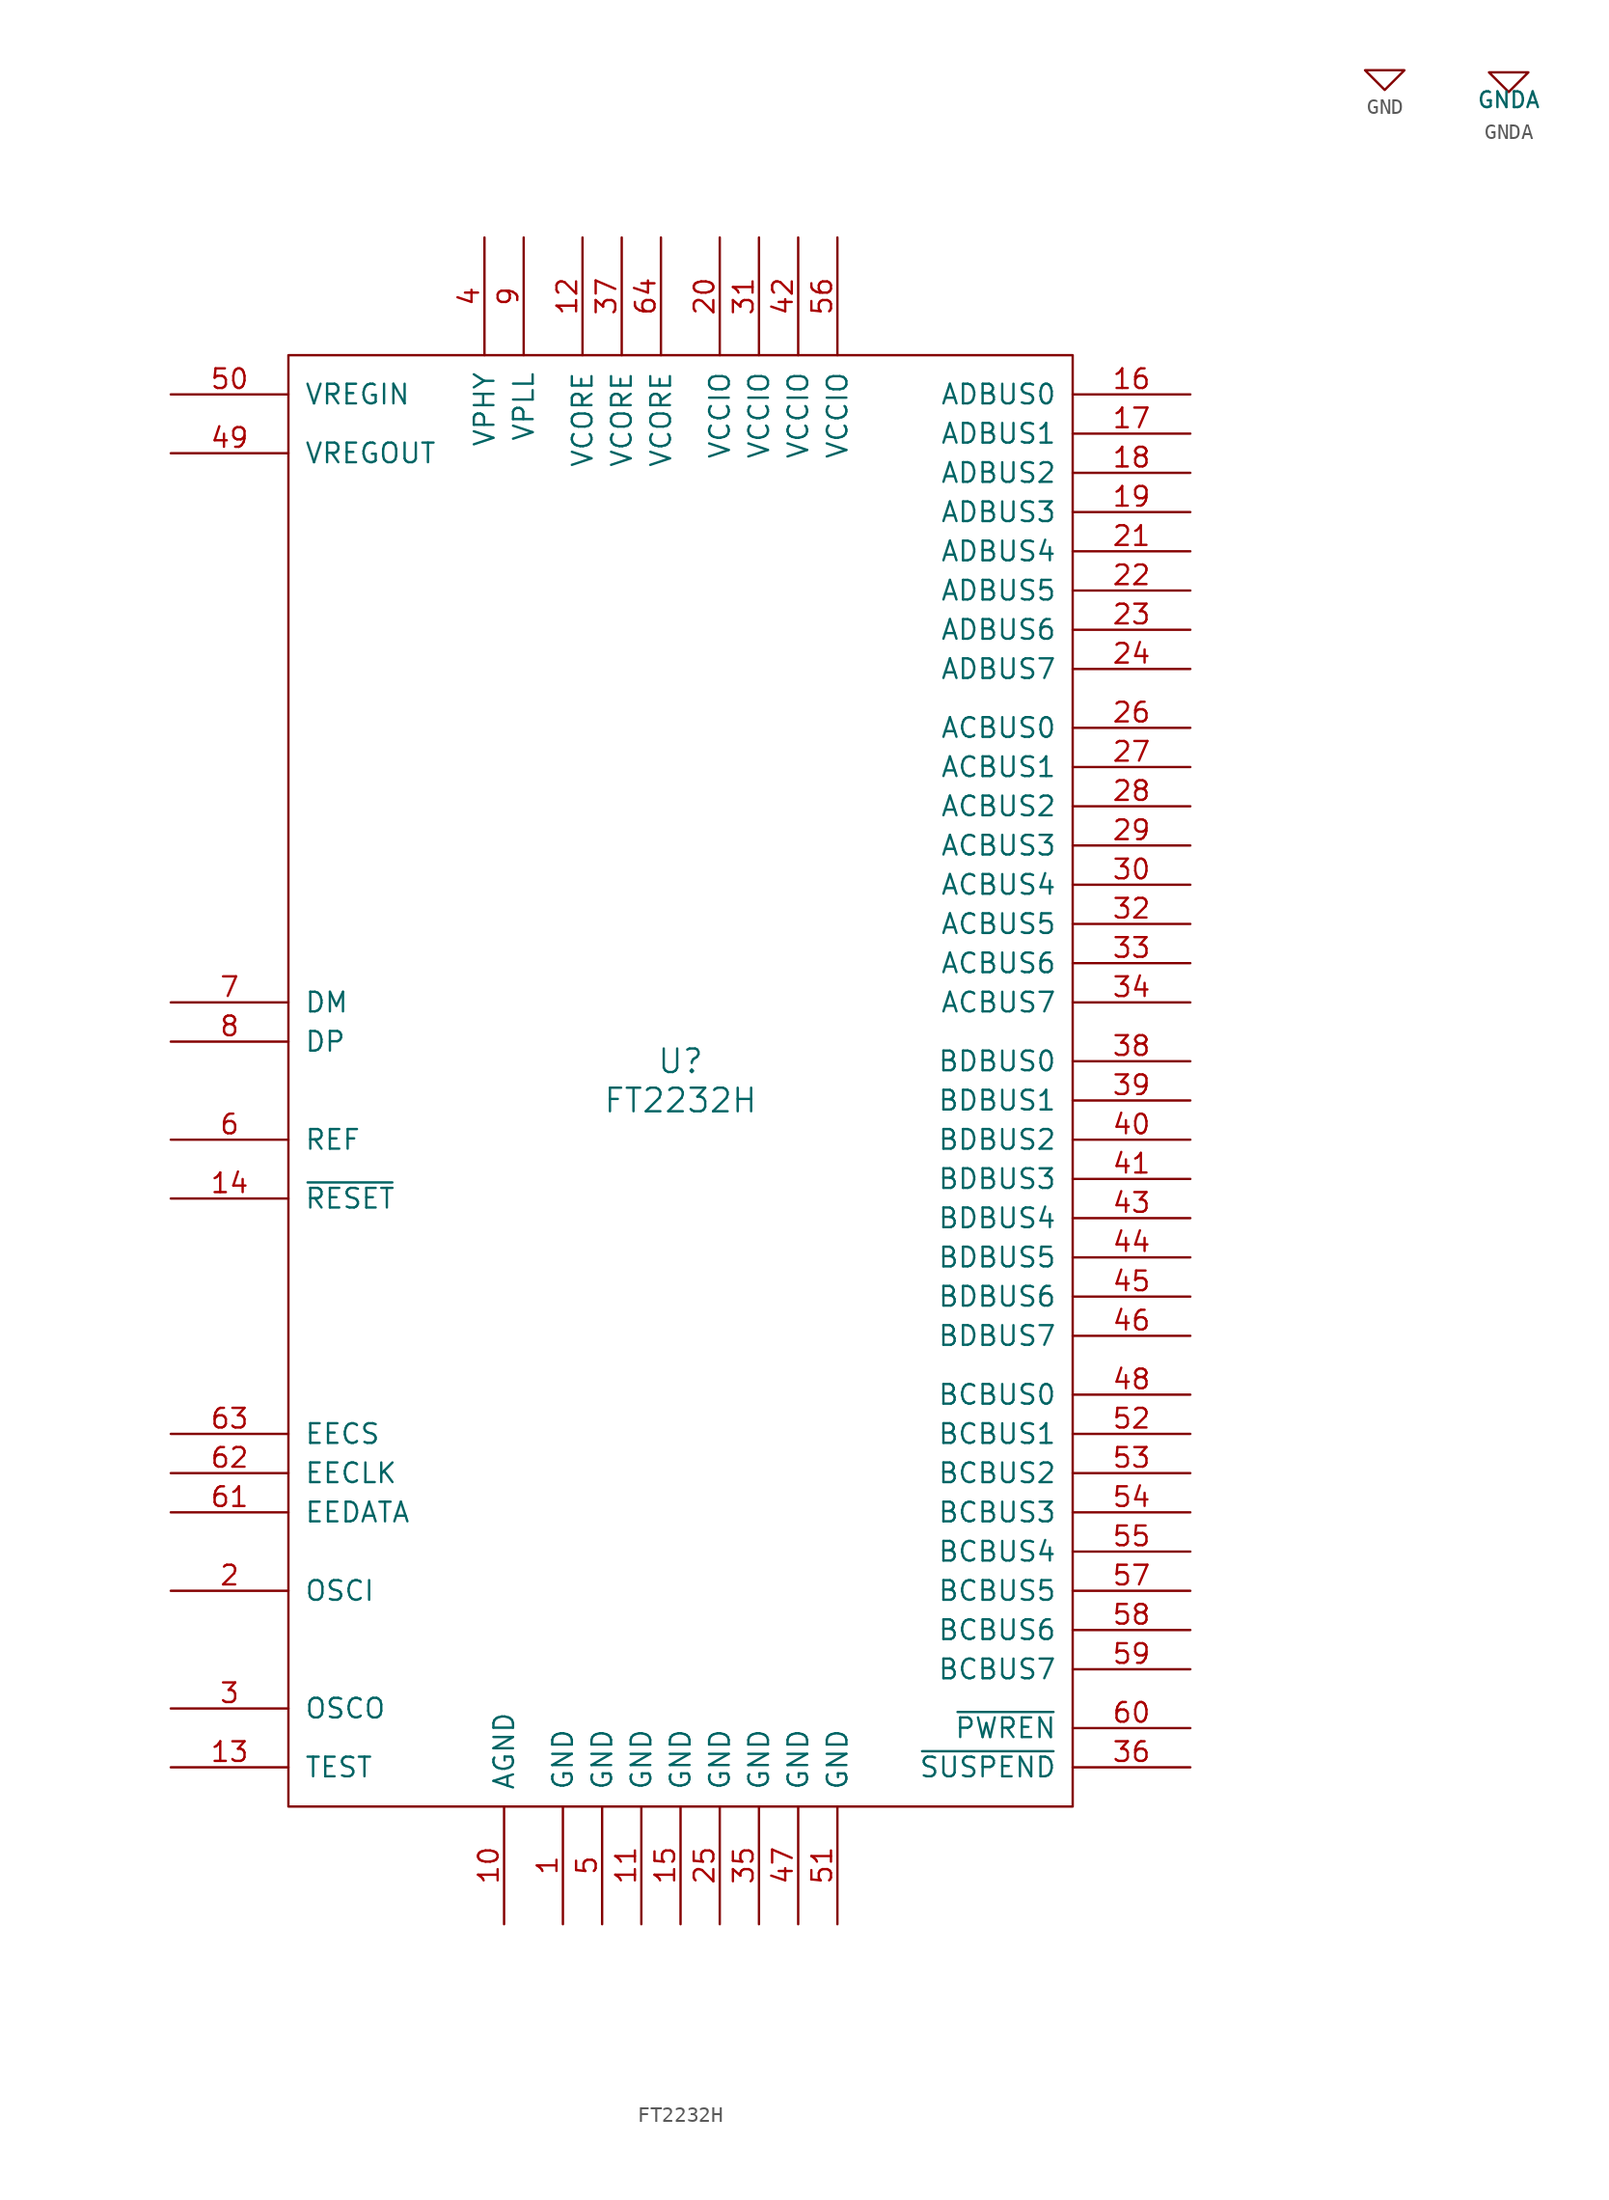
<source format=kicad_sym>
(kicad_symbol_lib
  (version 20231120)
  (generator "kicad_symbol_editor")
  (generator_version "8.0")
  (symbol "FT2232H"
    (pin_names
      (offset 1.016))
    (property "Reference" "U"
      (at 0 1.27 0)
      (effects (font (size 1.524 1.524))))
    (property "Value" "FT2232H"
      (at 0 -1.27 0)
      (effects (font (size 1.524 1.524))))
    (property "Footprint" ""
      (at 0 0 0)
      (effects (font (size 1.524 1.524))))
    (property "Datasheet" ""
      (at 0 0 0)
      (effects (font (size 1.524 1.524))))
    (symbol "FT2232H_0_1"
      (rectangle (start -25.4 -46.99) (end 25.4 46.99) (stroke (width 0) (type solid)) (fill (type none))))
    (symbol "FT2232H_1_1"
      (pin power_in line (at -7.62 -54.61 90) (length 7.62) (name "GND" (effects (font (size 1.27 1.27)))) (number "1" (effects (font (size 1.27 1.27)))))
      (pin power_in line (at -11.43 -54.61 90) (length 7.62) (name "AGND" (effects (font (size 1.27 1.27)))) (number "10" (effects (font (size 1.27 1.27)))))
      (pin power_in line (at -2.54 -54.61 90) (length 7.62) (name "GND" (effects (font (size 1.27 1.27)))) (number "11" (effects (font (size 1.27 1.27)))))
      (pin power_in line (at -6.35 54.61 270) (length 7.62) (name "VCORE" (effects (font (size 1.27 1.27)))) (number "12" (effects (font (size 1.27 1.27)))))
      (pin input line (at -33.02 -44.45 0) (length 7.62) (name "TEST" (effects (font (size 1.27 1.27)))) (number "13" (effects (font (size 1.27 1.27)))))
      (pin input line (at -33.02 -7.62 0) (length 7.62) (name "~{RESET}" (effects (font (size 1.27 1.27)))) (number "14" (effects (font (size 1.27 1.27)))))
      (pin power_in line (at 0 -54.61 90) (length 7.62) (name "GND" (effects (font (size 1.27 1.27)))) (number "15" (effects (font (size 1.27 1.27)))))
      (pin bidirectional line (at 33.02 44.45 180) (length 7.62) (name "ADBUS0" (effects (font (size 1.27 1.27)))) (number "16" (effects (font (size 1.27 1.27)))))
      (pin bidirectional line (at 33.02 41.91 180) (length 7.62) (name "ADBUS1" (effects (font (size 1.27 1.27)))) (number "17" (effects (font (size 1.27 1.27)))))
      (pin bidirectional line (at 33.02 39.37 180) (length 7.62) (name "ADBUS2" (effects (font (size 1.27 1.27)))) (number "18" (effects (font (size 1.27 1.27)))))
      (pin bidirectional line (at 33.02 36.83 180) (length 7.62) (name "ADBUS3" (effects (font (size 1.27 1.27)))) (number "19" (effects (font (size 1.27 1.27)))))
      (pin input line (at -33.02 -33.02 0) (length 7.62) (name "OSCI" (effects (font (size 1.27 1.27)))) (number "2" (effects (font (size 1.27 1.27)))))
      (pin power_in line (at 2.54 54.61 270) (length 7.62) (name "VCCIO" (effects (font (size 1.27 1.27)))) (number "20" (effects (font (size 1.27 1.27)))))
      (pin bidirectional line (at 33.02 34.29 180) (length 7.62) (name "ADBUS4" (effects (font (size 1.27 1.27)))) (number "21" (effects (font (size 1.27 1.27)))))
      (pin bidirectional line (at 33.02 31.75 180) (length 7.62) (name "ADBUS5" (effects (font (size 1.27 1.27)))) (number "22" (effects (font (size 1.27 1.27)))))
      (pin bidirectional line (at 33.02 29.21 180) (length 7.62) (name "ADBUS6" (effects (font (size 1.27 1.27)))) (number "23" (effects (font (size 1.27 1.27)))))
      (pin bidirectional line (at 33.02 26.67 180) (length 7.62) (name "ADBUS7" (effects (font (size 1.27 1.27)))) (number "24" (effects (font (size 1.27 1.27)))))
      (pin power_in line (at 2.54 -54.61 90) (length 7.62) (name "GND" (effects (font (size 1.27 1.27)))) (number "25" (effects (font (size 1.27 1.27)))))
      (pin bidirectional line (at 33.02 22.86 180) (length 7.62) (name "ACBUS0" (effects (font (size 1.27 1.27)))) (number "26" (effects (font (size 1.27 1.27)))))
      (pin bidirectional line (at 33.02 20.32 180) (length 7.62) (name "ACBUS1" (effects (font (size 1.27 1.27)))) (number "27" (effects (font (size 1.27 1.27)))))
      (pin bidirectional line (at 33.02 17.78 180) (length 7.62) (name "ACBUS2" (effects (font (size 1.27 1.27)))) (number "28" (effects (font (size 1.27 1.27)))))
      (pin bidirectional line (at 33.02 15.24 180) (length 7.62) (name "ACBUS3" (effects (font (size 1.27 1.27)))) (number "29" (effects (font (size 1.27 1.27)))))
      (pin output line (at -33.02 -40.64 0) (length 7.62) (name "OSCO" (effects (font (size 1.27 1.27)))) (number "3" (effects (font (size 1.27 1.27)))))
      (pin bidirectional line (at 33.02 12.7 180) (length 7.62) (name "ACBUS4" (effects (font (size 1.27 1.27)))) (number "30" (effects (font (size 1.27 1.27)))))
      (pin power_in line (at 5.08 54.61 270) (length 7.62) (name "VCCIO" (effects (font (size 1.27 1.27)))) (number "31" (effects (font (size 1.27 1.27)))))
      (pin bidirectional line (at 33.02 10.16 180) (length 7.62) (name "ACBUS5" (effects (font (size 1.27 1.27)))) (number "32" (effects (font (size 1.27 1.27)))))
      (pin bidirectional line (at 33.02 7.62 180) (length 7.62) (name "ACBUS6" (effects (font (size 1.27 1.27)))) (number "33" (effects (font (size 1.27 1.27)))))
      (pin bidirectional line (at 33.02 5.08 180) (length 7.62) (name "ACBUS7" (effects (font (size 1.27 1.27)))) (number "34" (effects (font (size 1.27 1.27)))))
      (pin power_in line (at 5.08 -54.61 90) (length 7.62) (name "GND" (effects (font (size 1.27 1.27)))) (number "35" (effects (font (size 1.27 1.27)))))
      (pin output line (at 33.02 -44.45 180) (length 7.62) (name "~{SUSPEND}" (effects (font (size 1.27 1.27)))) (number "36" (effects (font (size 1.27 1.27)))))
      (pin power_in line (at -3.81 54.61 270) (length 7.62) (name "VCORE" (effects (font (size 1.27 1.27)))) (number "37" (effects (font (size 1.27 1.27)))))
      (pin bidirectional line (at 33.02 1.27 180) (length 7.62) (name "BDBUS0" (effects (font (size 1.27 1.27)))) (number "38" (effects (font (size 1.27 1.27)))))
      (pin bidirectional line (at 33.02 -1.27 180) (length 7.62) (name "BDBUS1" (effects (font (size 1.27 1.27)))) (number "39" (effects (font (size 1.27 1.27)))))
      (pin power_in line (at -12.7 54.61 270) (length 7.62) (name "VPHY" (effects (font (size 1.27 1.27)))) (number "4" (effects (font (size 1.27 1.27)))))
      (pin bidirectional line (at 33.02 -3.81 180) (length 7.62) (name "BDBUS2" (effects (font (size 1.27 1.27)))) (number "40" (effects (font (size 1.27 1.27)))))
      (pin bidirectional line (at 33.02 -6.35 180) (length 7.62) (name "BDBUS3" (effects (font (size 1.27 1.27)))) (number "41" (effects (font (size 1.27 1.27)))))
      (pin power_in line (at 7.62 54.61 270) (length 7.62) (name "VCCIO" (effects (font (size 1.27 1.27)))) (number "42" (effects (font (size 1.27 1.27)))))
      (pin bidirectional line (at 33.02 -8.89 180) (length 7.62) (name "BDBUS4" (effects (font (size 1.27 1.27)))) (number "43" (effects (font (size 1.27 1.27)))))
      (pin bidirectional line (at 33.02 -11.43 180) (length 7.62) (name "BDBUS5" (effects (font (size 1.27 1.27)))) (number "44" (effects (font (size 1.27 1.27)))))
      (pin bidirectional line (at 33.02 -13.97 180) (length 7.62) (name "BDBUS6" (effects (font (size 1.27 1.27)))) (number "45" (effects (font (size 1.27 1.27)))))
      (pin bidirectional line (at 33.02 -16.51 180) (length 7.62) (name "BDBUS7" (effects (font (size 1.27 1.27)))) (number "46" (effects (font (size 1.27 1.27)))))
      (pin power_in line (at 7.62 -54.61 90) (length 7.62) (name "GND" (effects (font (size 1.27 1.27)))) (number "47" (effects (font (size 1.27 1.27)))))
      (pin bidirectional line (at 33.02 -20.32 180) (length 7.62) (name "BCBUS0" (effects (font (size 1.27 1.27)))) (number "48" (effects (font (size 1.27 1.27)))))
      (pin power_out line (at -33.02 40.64 0) (length 7.62) (name "VREGOUT" (effects (font (size 1.27 1.27)))) (number "49" (effects (font (size 1.27 1.27)))))
      (pin power_in line (at -5.08 -54.61 90) (length 7.62) (name "GND" (effects (font (size 1.27 1.27)))) (number "5" (effects (font (size 1.27 1.27)))))
      (pin power_in line (at -33.02 44.45 0) (length 7.62) (name "VREGIN" (effects (font (size 1.27 1.27)))) (number "50" (effects (font (size 1.27 1.27)))))
      (pin power_in line (at 10.16 -54.61 90) (length 7.62) (name "GND" (effects (font (size 1.27 1.27)))) (number "51" (effects (font (size 1.27 1.27)))))
      (pin bidirectional line (at 33.02 -22.86 180) (length 7.62) (name "BCBUS1" (effects (font (size 1.27 1.27)))) (number "52" (effects (font (size 1.27 1.27)))))
      (pin bidirectional line (at 33.02 -25.4 180) (length 7.62) (name "BCBUS2" (effects (font (size 1.27 1.27)))) (number "53" (effects (font (size 1.27 1.27)))))
      (pin bidirectional line (at 33.02 -27.94 180) (length 7.62) (name "BCBUS3" (effects (font (size 1.27 1.27)))) (number "54" (effects (font (size 1.27 1.27)))))
      (pin bidirectional line (at 33.02 -30.48 180) (length 7.62) (name "BCBUS4" (effects (font (size 1.27 1.27)))) (number "55" (effects (font (size 1.27 1.27)))))
      (pin power_in line (at 10.16 54.61 270) (length 7.62) (name "VCCIO" (effects (font (size 1.27 1.27)))) (number "56" (effects (font (size 1.27 1.27)))))
      (pin bidirectional line (at 33.02 -33.02 180) (length 7.62) (name "BCBUS5" (effects (font (size 1.27 1.27)))) (number "57" (effects (font (size 1.27 1.27)))))
      (pin bidirectional line (at 33.02 -35.56 180) (length 7.62) (name "BCBUS6" (effects (font (size 1.27 1.27)))) (number "58" (effects (font (size 1.27 1.27)))))
      (pin bidirectional line (at 33.02 -38.1 180) (length 7.62) (name "BCBUS7" (effects (font (size 1.27 1.27)))) (number "59" (effects (font (size 1.27 1.27)))))
      (pin output line (at -33.02 -3.81 0) (length 7.62) (name "REF" (effects (font (size 1.27 1.27)))) (number "6" (effects (font (size 1.27 1.27)))))
      (pin output line (at 33.02 -41.91 180) (length 7.62) (name "~{PWREN}" (effects (font (size 1.27 1.27)))) (number "60" (effects (font (size 1.27 1.27)))))
      (pin bidirectional line (at -33.02 -27.94 0) (length 7.62) (name "EEDATA" (effects (font (size 1.27 1.27)))) (number "61" (effects (font (size 1.27 1.27)))))
      (pin output line (at -33.02 -25.4 0) (length 7.62) (name "EECLK" (effects (font (size 1.27 1.27)))) (number "62" (effects (font (size 1.27 1.27)))))
      (pin output line (at -33.02 -22.86 0) (length 7.62) (name "EECS" (effects (font (size 1.27 1.27)))) (number "63" (effects (font (size 1.27 1.27)))))
      (pin power_in line (at -1.27 54.61 270) (length 7.62) (name "VCORE" (effects (font (size 1.27 1.27)))) (number "64" (effects (font (size 1.27 1.27)))))
      (pin bidirectional line (at -33.02 5.08 0) (length 7.62) (name "DM" (effects (font (size 1.27 1.27)))) (number "7" (effects (font (size 1.27 1.27)))))
      (pin bidirectional line (at -33.02 2.54 0) (length 7.62) (name "DP" (effects (font (size 1.27 1.27)))) (number "8" (effects (font (size 1.27 1.27)))))
      (pin power_in line (at -10.16 54.61 270) (length 7.62) (name "VPLL" (effects (font (size 1.27 1.27)))) (number "9" (effects (font (size 1.27 1.27)))))))
  (symbol "GND"
    (power)
    (pin_names
      (offset 0))
    (property "Reference" "#PWR"
      (at 0 0 0)
      (effects (font (size 0.762 0.762)) (hide yes)))
    (property "Footprint" ""
      (at 0 0 0)
      (effects (font (size 1.524 1.524))))
    (property "Datasheet" ""
      (at 0 0 0)
      (effects (font (size 1.524 1.524))))
    (symbol "GND_0_1"
      (polyline (pts (xy -1.27 0) (xy 0 -1.27) (xy 1.27 0) (xy -1.27 0)) (stroke (width 0) (type solid)) (fill (type none))))
    (symbol "GND_1_1"
      (pin power_in line (at 0 0 90) (length 0) hide (name "GND" (effects (font (size 0.762 0.762)))) (number "1" (effects (font (size 0.762 0.762)))))))
  (symbol "GNDA"
    (power)
    (pin_names
      (offset 0))
    (property "Reference" "#PWR"
      (at 0 0 0)
      (effects (font (size 1.016 1.016)) (hide yes)))
    (property "Value" "GNDA"
      (at 0 -1.778 0)
      (effects (font (size 1.016 1.016))))
    (property "Footprint" ""
      (at 0 0 0)
      (effects (font (size 1.524 1.524))))
    (property "Datasheet" ""
      (at 0 0 0)
      (effects (font (size 1.524 1.524))))
    (symbol "GNDA_0_1"
      (polyline (pts (xy -1.27 0) (xy 0 -1.27) (xy 1.27 0) (xy -1.27 0)) (stroke (width 0) (type solid)) (fill (type none))))
    (symbol "GNDA_1_1"
      (pin power_in line (at 0 0 90) (length 0) hide (name "GNDA" (effects (font (size 1.016 1.016)))) (number "1" (effects (font (size 1.016 1.016))))))))
</source>
